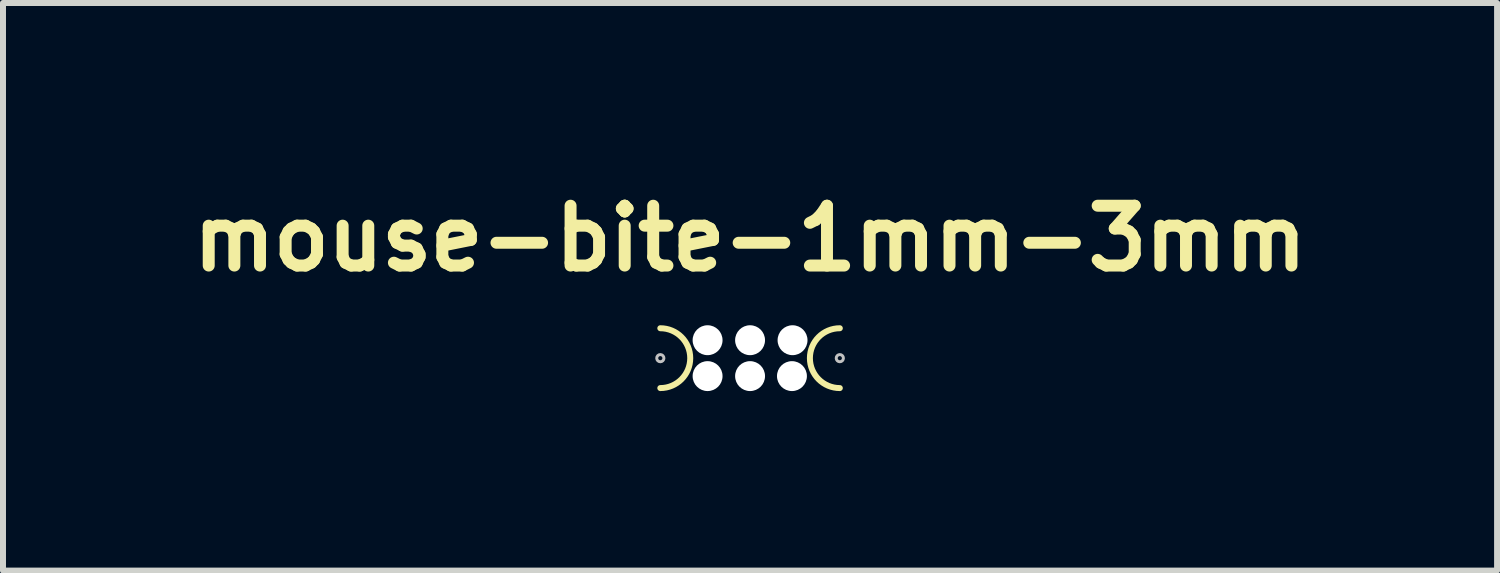
<source format=kicad_pcb>
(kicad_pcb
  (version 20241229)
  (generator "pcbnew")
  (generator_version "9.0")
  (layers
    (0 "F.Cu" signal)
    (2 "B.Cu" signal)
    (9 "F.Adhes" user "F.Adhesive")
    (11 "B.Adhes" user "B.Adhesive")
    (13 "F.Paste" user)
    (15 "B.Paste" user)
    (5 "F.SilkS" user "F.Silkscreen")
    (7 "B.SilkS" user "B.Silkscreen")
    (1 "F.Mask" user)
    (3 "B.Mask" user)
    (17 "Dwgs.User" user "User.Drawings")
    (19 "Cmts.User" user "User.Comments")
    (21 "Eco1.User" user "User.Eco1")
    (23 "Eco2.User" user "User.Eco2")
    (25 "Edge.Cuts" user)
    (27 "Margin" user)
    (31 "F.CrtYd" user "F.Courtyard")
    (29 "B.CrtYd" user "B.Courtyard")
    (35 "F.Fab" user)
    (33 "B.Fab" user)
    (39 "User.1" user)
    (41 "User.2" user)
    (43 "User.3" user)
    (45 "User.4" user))
  (footprint "mouse-bite-1mm-3mm"
    (layer "F.Cu")
    (at 9.486 2.936)
    (property "Reference" "mouse-bite-1mm-3mm" (at 0 -2 0) (layer "F.SilkS") (effects (font (size 1 1) (thickness 0.2))))
    (attr through_hole)
    (fp_arc (start -1.5 -0.5) (mid -1 0) (end -1.5 0.5) (stroke (width 0.1) (type solid)) (layer "F.SilkS"))
    (fp_arc (start 1.5 0.5) (mid 1 0) (end 1.5 -0.5) (stroke (width 0.1) (type solid)) (layer "F.SilkS"))
    (fp_circle (center -1.5 0) (end -1.44 0) (stroke (width 0.05) (type solid)) (fill no) (layer "Dwgs.User"))
    (fp_circle (center 1.5 0) (end 1.56 0) (stroke (width 0.05) (type solid)) (fill no) (layer "Dwgs.User"))
    (pad "" np_thru_hole circle (at -0.71 -0.3) (size 0.5 0.5) (drill 0.5) (layers "*.Cu" "*.Mask"))
    (pad "" np_thru_hole circle (at -0.71 0.3) (size 0.5 0.5) (drill 0.5) (layers "*.Cu" "*.Mask"))
    (pad "" np_thru_hole circle (at 0 -0.3) (size 0.5 0.5) (drill 0.5) (layers "*.Cu" "*.Mask"))
    (pad "" np_thru_hole circle (at 0 0.3) (size 0.5 0.5) (drill 0.5) (layers "*.Cu" "*.Mask"))
    (pad "" np_thru_hole circle (at 0.7 0.3) (size 0.5 0.5) (drill 0.5) (layers "*.Cu" "*.Mask"))
    (pad "" np_thru_hole circle (at 0.71 -0.3) (size 0.5 0.5) (drill 0.5) (layers "*.Cu" "*.Mask")))
  (gr_rect
    (start -3 -3)
    (end 21.971 6.486)
    (stroke (width 0.1) (type default))
    (fill no)
    (layer "Edge.Cuts")))
</source>
